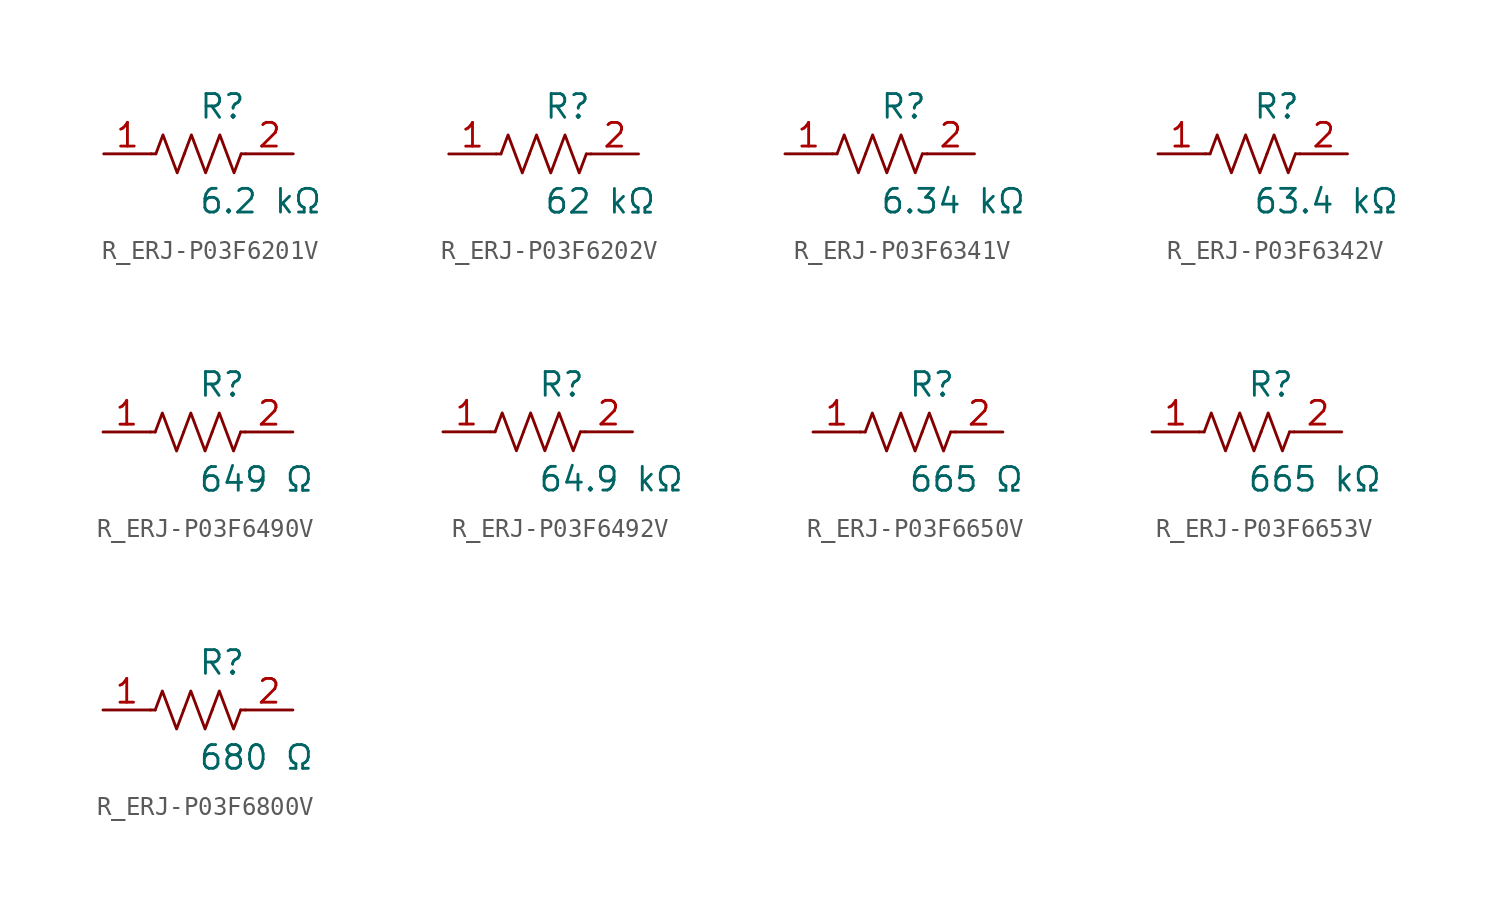
<source format=kicad_sym>
(kicad_symbol_lib
  (version 20231120)
  (generator kicad_symbol_editor)
  (generator_version 8.0)
  (symbol "R_ERJ-P03F6201V"
    (pin_names
      (offset 0.254))
    (property "Reference" "R"
      (at 0.0 2.54 0)
      (effects (font (size 1.27 1.27)) (justify left)))
    (property "Value" "6.2 kΩ"
      (at 0.0 -2.54 0)
      (effects (font (size 1.27 1.27)) (justify left)))
    (symbol "R_ERJ-P03F6201V_0_1"
      (polyline (pts (xy 2.286 0) (xy 2.54 0)) (stroke (width 0) (type default)) (fill (type none)))
      (polyline (pts (xy -2.286 0) (xy -2.54 0)) (stroke (width 0) (type default)) (fill (type none)))
      (polyline (pts (xy 0.762 0) (xy 1.143 1.016) (xy 1.524 0) (xy 1.905 -1.016) (xy 2.286 0)) (stroke (width 0) (type default)) (fill (type none)))
      (polyline (pts (xy -0.762 0) (xy -0.381 1.016) (xy 0 0) (xy 0.381 -1.016) (xy 0.762 0)) (stroke (width 0) (type default)) (fill (type none)))
      (polyline (pts (xy -2.286 0) (xy -1.905 1.016) (xy -1.524 0) (xy -1.143 -1.016) (xy -0.762 0)) (stroke (width 0) (type default)) (fill (type none))))
    (pin unspecified line
      (at -5.08 0 0)
      (length 2.54)
      (name "" (effects (font (size 1.27 1.27))))
      (number "1" (effects (font (size 1.27 1.27)))))
    (pin unspecified line
      (at 5.08 0 180)
      (length 2.54)
      (name "" (effects (font (size 1.27 1.27))))
      (number "2" (effects (font (size 1.27 1.27))))))
  (symbol "R_ERJ-P03F6202V"
    (pin_names
      (offset 0.254))
    (property "Reference" "R"
      (at 0.0 2.54 0)
      (effects (font (size 1.27 1.27)) (justify left)))
    (property "Value" "62 kΩ"
      (at 0.0 -2.54 0)
      (effects (font (size 1.27 1.27)) (justify left)))
    (symbol "R_ERJ-P03F6202V_0_1"
      (polyline (pts (xy 2.286 0) (xy 2.54 0)) (stroke (width 0) (type default)) (fill (type none)))
      (polyline (pts (xy -2.286 0) (xy -2.54 0)) (stroke (width 0) (type default)) (fill (type none)))
      (polyline (pts (xy 0.762 0) (xy 1.143 1.016) (xy 1.524 0) (xy 1.905 -1.016) (xy 2.286 0)) (stroke (width 0) (type default)) (fill (type none)))
      (polyline (pts (xy -0.762 0) (xy -0.381 1.016) (xy 0 0) (xy 0.381 -1.016) (xy 0.762 0)) (stroke (width 0) (type default)) (fill (type none)))
      (polyline (pts (xy -2.286 0) (xy -1.905 1.016) (xy -1.524 0) (xy -1.143 -1.016) (xy -0.762 0)) (stroke (width 0) (type default)) (fill (type none))))
    (pin unspecified line
      (at -5.08 0 0)
      (length 2.54)
      (name "" (effects (font (size 1.27 1.27))))
      (number "1" (effects (font (size 1.27 1.27)))))
    (pin unspecified line
      (at 5.08 0 180)
      (length 2.54)
      (name "" (effects (font (size 1.27 1.27))))
      (number "2" (effects (font (size 1.27 1.27))))))
  (symbol "R_ERJ-P03F6341V"
    (pin_names
      (offset 0.254))
    (property "Reference" "R"
      (at 0.0 2.54 0)
      (effects (font (size 1.27 1.27)) (justify left)))
    (property "Value" "6.34 kΩ"
      (at 0.0 -2.54 0)
      (effects (font (size 1.27 1.27)) (justify left)))
    (symbol "R_ERJ-P03F6341V_0_1"
      (polyline (pts (xy 2.286 0) (xy 2.54 0)) (stroke (width 0) (type default)) (fill (type none)))
      (polyline (pts (xy -2.286 0) (xy -2.54 0)) (stroke (width 0) (type default)) (fill (type none)))
      (polyline (pts (xy 0.762 0) (xy 1.143 1.016) (xy 1.524 0) (xy 1.905 -1.016) (xy 2.286 0)) (stroke (width 0) (type default)) (fill (type none)))
      (polyline (pts (xy -0.762 0) (xy -0.381 1.016) (xy 0 0) (xy 0.381 -1.016) (xy 0.762 0)) (stroke (width 0) (type default)) (fill (type none)))
      (polyline (pts (xy -2.286 0) (xy -1.905 1.016) (xy -1.524 0) (xy -1.143 -1.016) (xy -0.762 0)) (stroke (width 0) (type default)) (fill (type none))))
    (pin unspecified line
      (at -5.08 0 0)
      (length 2.54)
      (name "" (effects (font (size 1.27 1.27))))
      (number "1" (effects (font (size 1.27 1.27)))))
    (pin unspecified line
      (at 5.08 0 180)
      (length 2.54)
      (name "" (effects (font (size 1.27 1.27))))
      (number "2" (effects (font (size 1.27 1.27))))))
  (symbol "R_ERJ-P03F6342V"
    (pin_names
      (offset 0.254))
    (property "Reference" "R"
      (at 0.0 2.54 0)
      (effects (font (size 1.27 1.27)) (justify left)))
    (property "Value" "63.4 kΩ"
      (at 0.0 -2.54 0)
      (effects (font (size 1.27 1.27)) (justify left)))
    (symbol "R_ERJ-P03F6342V_0_1"
      (polyline (pts (xy 2.286 0) (xy 2.54 0)) (stroke (width 0) (type default)) (fill (type none)))
      (polyline (pts (xy -2.286 0) (xy -2.54 0)) (stroke (width 0) (type default)) (fill (type none)))
      (polyline (pts (xy 0.762 0) (xy 1.143 1.016) (xy 1.524 0) (xy 1.905 -1.016) (xy 2.286 0)) (stroke (width 0) (type default)) (fill (type none)))
      (polyline (pts (xy -0.762 0) (xy -0.381 1.016) (xy 0 0) (xy 0.381 -1.016) (xy 0.762 0)) (stroke (width 0) (type default)) (fill (type none)))
      (polyline (pts (xy -2.286 0) (xy -1.905 1.016) (xy -1.524 0) (xy -1.143 -1.016) (xy -0.762 0)) (stroke (width 0) (type default)) (fill (type none))))
    (pin unspecified line
      (at -5.08 0 0)
      (length 2.54)
      (name "" (effects (font (size 1.27 1.27))))
      (number "1" (effects (font (size 1.27 1.27)))))
    (pin unspecified line
      (at 5.08 0 180)
      (length 2.54)
      (name "" (effects (font (size 1.27 1.27))))
      (number "2" (effects (font (size 1.27 1.27))))))
  (symbol "R_ERJ-P03F6490V"
    (pin_names
      (offset 0.254))
    (property "Reference" "R"
      (at 0.0 2.54 0)
      (effects (font (size 1.27 1.27)) (justify left)))
    (property "Value" "649 Ω"
      (at 0.0 -2.54 0)
      (effects (font (size 1.27 1.27)) (justify left)))
    (symbol "R_ERJ-P03F6490V_0_1"
      (polyline (pts (xy 2.286 0) (xy 2.54 0)) (stroke (width 0) (type default)) (fill (type none)))
      (polyline (pts (xy -2.286 0) (xy -2.54 0)) (stroke (width 0) (type default)) (fill (type none)))
      (polyline (pts (xy 0.762 0) (xy 1.143 1.016) (xy 1.524 0) (xy 1.905 -1.016) (xy 2.286 0)) (stroke (width 0) (type default)) (fill (type none)))
      (polyline (pts (xy -0.762 0) (xy -0.381 1.016) (xy 0 0) (xy 0.381 -1.016) (xy 0.762 0)) (stroke (width 0) (type default)) (fill (type none)))
      (polyline (pts (xy -2.286 0) (xy -1.905 1.016) (xy -1.524 0) (xy -1.143 -1.016) (xy -0.762 0)) (stroke (width 0) (type default)) (fill (type none))))
    (pin unspecified line
      (at -5.08 0 0)
      (length 2.54)
      (name "" (effects (font (size 1.27 1.27))))
      (number "1" (effects (font (size 1.27 1.27)))))
    (pin unspecified line
      (at 5.08 0 180)
      (length 2.54)
      (name "" (effects (font (size 1.27 1.27))))
      (number "2" (effects (font (size 1.27 1.27))))))
  (symbol "R_ERJ-P03F6492V"
    (pin_names
      (offset 0.254))
    (property "Reference" "R"
      (at 0.0 2.54 0)
      (effects (font (size 1.27 1.27)) (justify left)))
    (property "Value" "64.9 kΩ"
      (at 0.0 -2.54 0)
      (effects (font (size 1.27 1.27)) (justify left)))
    (symbol "R_ERJ-P03F6492V_0_1"
      (polyline (pts (xy 2.286 0) (xy 2.54 0)) (stroke (width 0) (type default)) (fill (type none)))
      (polyline (pts (xy -2.286 0) (xy -2.54 0)) (stroke (width 0) (type default)) (fill (type none)))
      (polyline (pts (xy 0.762 0) (xy 1.143 1.016) (xy 1.524 0) (xy 1.905 -1.016) (xy 2.286 0)) (stroke (width 0) (type default)) (fill (type none)))
      (polyline (pts (xy -0.762 0) (xy -0.381 1.016) (xy 0 0) (xy 0.381 -1.016) (xy 0.762 0)) (stroke (width 0) (type default)) (fill (type none)))
      (polyline (pts (xy -2.286 0) (xy -1.905 1.016) (xy -1.524 0) (xy -1.143 -1.016) (xy -0.762 0)) (stroke (width 0) (type default)) (fill (type none))))
    (pin unspecified line
      (at -5.08 0 0)
      (length 2.54)
      (name "" (effects (font (size 1.27 1.27))))
      (number "1" (effects (font (size 1.27 1.27)))))
    (pin unspecified line
      (at 5.08 0 180)
      (length 2.54)
      (name "" (effects (font (size 1.27 1.27))))
      (number "2" (effects (font (size 1.27 1.27))))))
  (symbol "R_ERJ-P03F6650V"
    (pin_names
      (offset 0.254))
    (property "Reference" "R"
      (at 0.0 2.54 0)
      (effects (font (size 1.27 1.27)) (justify left)))
    (property "Value" "665 Ω"
      (at 0.0 -2.54 0)
      (effects (font (size 1.27 1.27)) (justify left)))
    (symbol "R_ERJ-P03F6650V_0_1"
      (polyline (pts (xy 2.286 0) (xy 2.54 0)) (stroke (width 0) (type default)) (fill (type none)))
      (polyline (pts (xy -2.286 0) (xy -2.54 0)) (stroke (width 0) (type default)) (fill (type none)))
      (polyline (pts (xy 0.762 0) (xy 1.143 1.016) (xy 1.524 0) (xy 1.905 -1.016) (xy 2.286 0)) (stroke (width 0) (type default)) (fill (type none)))
      (polyline (pts (xy -0.762 0) (xy -0.381 1.016) (xy 0 0) (xy 0.381 -1.016) (xy 0.762 0)) (stroke (width 0) (type default)) (fill (type none)))
      (polyline (pts (xy -2.286 0) (xy -1.905 1.016) (xy -1.524 0) (xy -1.143 -1.016) (xy -0.762 0)) (stroke (width 0) (type default)) (fill (type none))))
    (pin unspecified line
      (at -5.08 0 0)
      (length 2.54)
      (name "" (effects (font (size 1.27 1.27))))
      (number "1" (effects (font (size 1.27 1.27)))))
    (pin unspecified line
      (at 5.08 0 180)
      (length 2.54)
      (name "" (effects (font (size 1.27 1.27))))
      (number "2" (effects (font (size 1.27 1.27))))))
  (symbol "R_ERJ-P03F6653V"
    (pin_names
      (offset 0.254))
    (property "Reference" "R"
      (at 0.0 2.54 0)
      (effects (font (size 1.27 1.27)) (justify left)))
    (property "Value" "665 kΩ"
      (at 0.0 -2.54 0)
      (effects (font (size 1.27 1.27)) (justify left)))
    (symbol "R_ERJ-P03F6653V_0_1"
      (polyline (pts (xy 2.286 0) (xy 2.54 0)) (stroke (width 0) (type default)) (fill (type none)))
      (polyline (pts (xy -2.286 0) (xy -2.54 0)) (stroke (width 0) (type default)) (fill (type none)))
      (polyline (pts (xy 0.762 0) (xy 1.143 1.016) (xy 1.524 0) (xy 1.905 -1.016) (xy 2.286 0)) (stroke (width 0) (type default)) (fill (type none)))
      (polyline (pts (xy -0.762 0) (xy -0.381 1.016) (xy 0 0) (xy 0.381 -1.016) (xy 0.762 0)) (stroke (width 0) (type default)) (fill (type none)))
      (polyline (pts (xy -2.286 0) (xy -1.905 1.016) (xy -1.524 0) (xy -1.143 -1.016) (xy -0.762 0)) (stroke (width 0) (type default)) (fill (type none))))
    (pin unspecified line
      (at -5.08 0 0)
      (length 2.54)
      (name "" (effects (font (size 1.27 1.27))))
      (number "1" (effects (font (size 1.27 1.27)))))
    (pin unspecified line
      (at 5.08 0 180)
      (length 2.54)
      (name "" (effects (font (size 1.27 1.27))))
      (number "2" (effects (font (size 1.27 1.27))))))
  (symbol "R_ERJ-P03F6800V"
    (pin_names
      (offset 0.254))
    (property "Reference" "R"
      (at 0.0 2.54 0)
      (effects (font (size 1.27 1.27)) (justify left)))
    (property "Value" "680 Ω"
      (at 0.0 -2.54 0)
      (effects (font (size 1.27 1.27)) (justify left)))
    (symbol "R_ERJ-P03F6800V_0_1"
      (polyline (pts (xy 2.286 0) (xy 2.54 0)) (stroke (width 0) (type default)) (fill (type none)))
      (polyline (pts (xy -2.286 0) (xy -2.54 0)) (stroke (width 0) (type default)) (fill (type none)))
      (polyline (pts (xy 0.762 0) (xy 1.143 1.016) (xy 1.524 0) (xy 1.905 -1.016) (xy 2.286 0)) (stroke (width 0) (type default)) (fill (type none)))
      (polyline (pts (xy -0.762 0) (xy -0.381 1.016) (xy 0 0) (xy 0.381 -1.016) (xy 0.762 0)) (stroke (width 0) (type default)) (fill (type none)))
      (polyline (pts (xy -2.286 0) (xy -1.905 1.016) (xy -1.524 0) (xy -1.143 -1.016) (xy -0.762 0)) (stroke (width 0) (type default)) (fill (type none))))
    (pin unspecified line
      (at -5.08 0 0)
      (length 2.54)
      (name "" (effects (font (size 1.27 1.27))))
      (number "1" (effects (font (size 1.27 1.27)))))
    (pin unspecified line
      (at 5.08 0 180)
      (length 2.54)
      (name "" (effects (font (size 1.27 1.27))))
      (number "2" (effects (font (size 1.27 1.27)))))))
</source>
